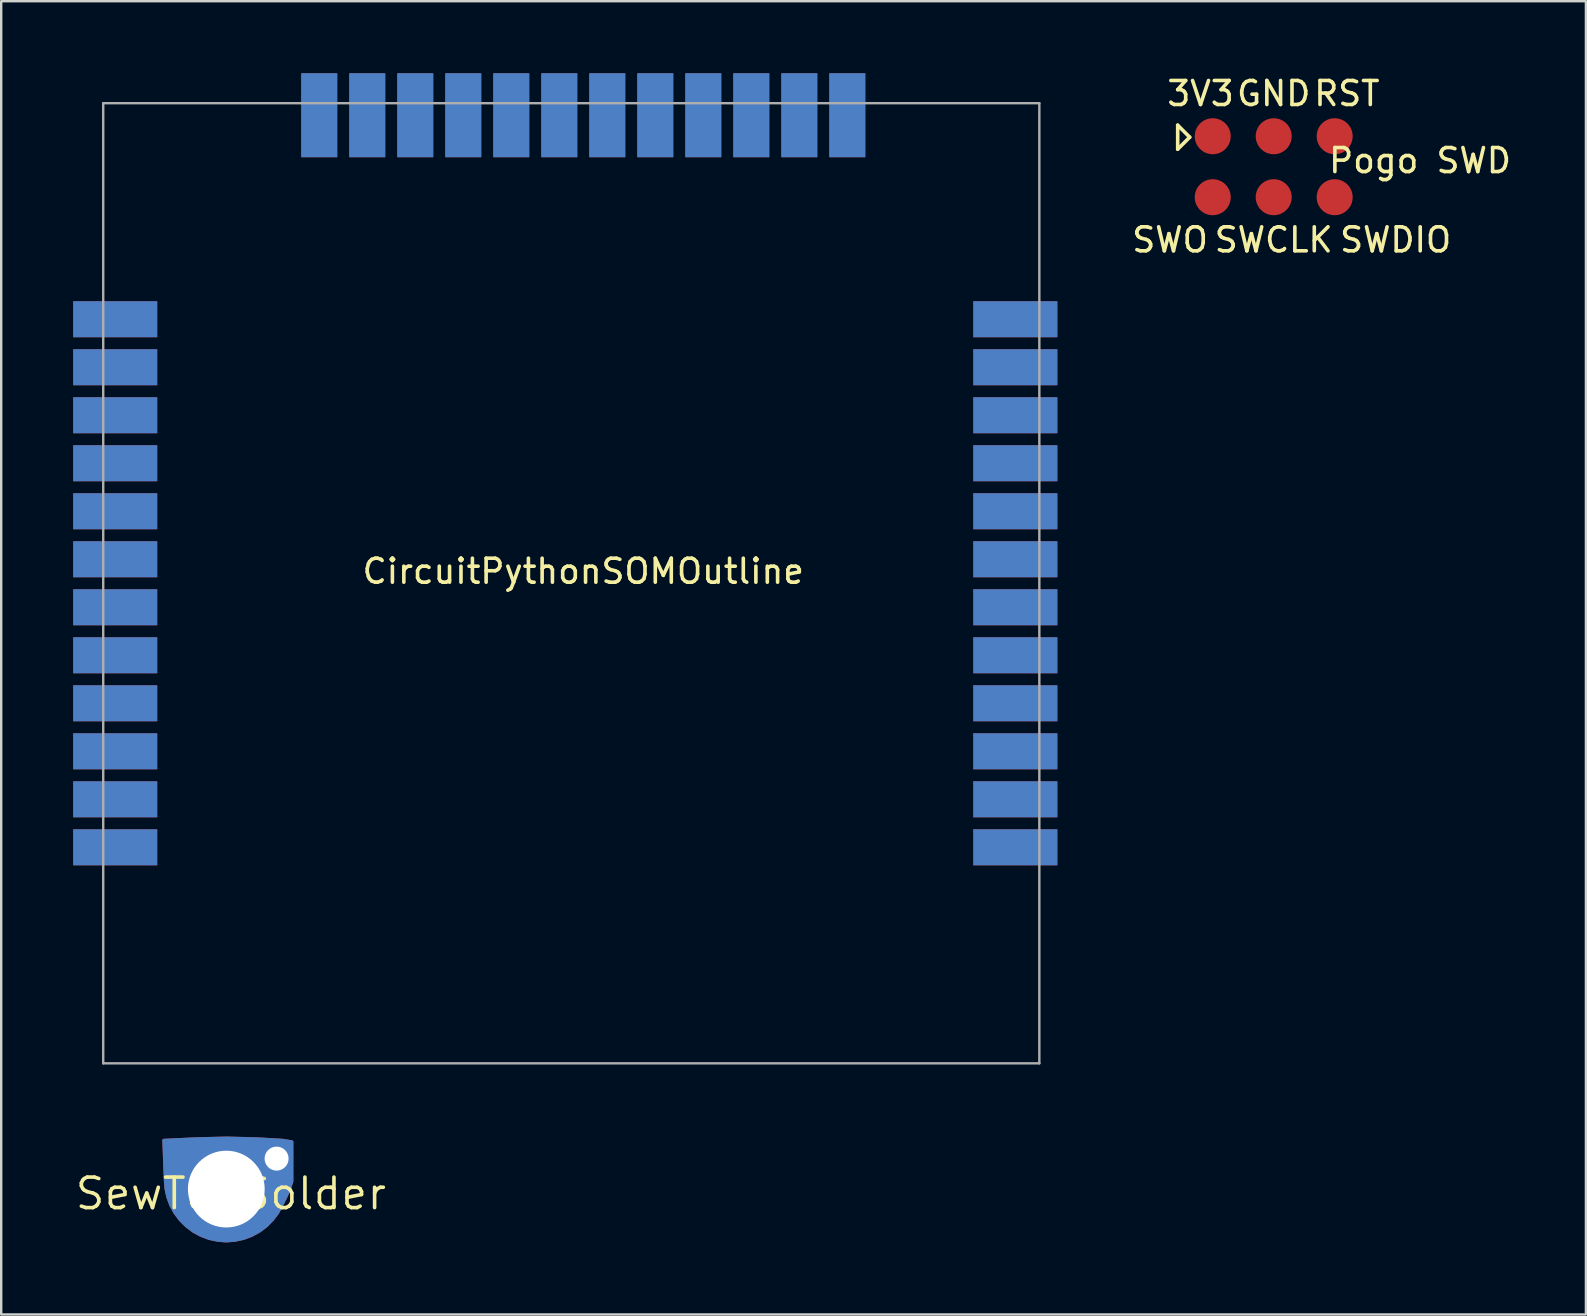
<source format=kicad_pcb>
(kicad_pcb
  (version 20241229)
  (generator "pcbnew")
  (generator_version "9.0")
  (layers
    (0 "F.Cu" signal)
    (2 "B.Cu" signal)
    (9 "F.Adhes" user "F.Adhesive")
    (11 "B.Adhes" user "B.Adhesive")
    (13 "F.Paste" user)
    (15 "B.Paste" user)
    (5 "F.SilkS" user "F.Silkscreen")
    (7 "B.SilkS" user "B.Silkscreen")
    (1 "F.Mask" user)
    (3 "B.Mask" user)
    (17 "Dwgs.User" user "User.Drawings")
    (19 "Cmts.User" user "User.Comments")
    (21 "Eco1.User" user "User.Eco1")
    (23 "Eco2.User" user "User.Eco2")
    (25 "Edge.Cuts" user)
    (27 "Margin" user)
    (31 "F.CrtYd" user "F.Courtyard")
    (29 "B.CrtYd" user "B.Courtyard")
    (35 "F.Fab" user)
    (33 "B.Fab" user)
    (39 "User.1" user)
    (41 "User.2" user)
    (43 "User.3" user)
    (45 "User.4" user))
  (footprint "Pogo SWD"
    (layer "F.Cu")
    (at 50.014 5.166)
    (property "Reference" "Pogo SWD" (at 6.096 -1.524 0) (layer "F.SilkS") (effects (font (size 1 1) (thickness 0.15))))
    (attr through_hole)
    (fp_line (start -4 -3) (end -4 -2) (stroke (width 0.15) (type solid)) (layer "F.SilkS"))
    (fp_line (start -4 -2) (end -3.5 -2.5) (stroke (width 0.15) (type solid)) (layer "F.SilkS"))
    (fp_line (start -3.5 -2.5) (end -4 -3) (stroke (width 0.15) (type solid)) (layer "F.SilkS"))
    (fp_text user "SWCLK" (at 0 1.778 0) (layer "F.SilkS") (effects (font (size 1 1) (thickness 0.15))))
    (fp_text user "GND" (at 0 -4.318 0) (layer "F.SilkS") (effects (font (size 1 1) (thickness 0.15))))
    (fp_text user "RST" (at 3.048 -4.318 0) (layer "F.SilkS") (effects (font (size 1 1) (thickness 0.15))))
    (fp_text user "SWDIO" (at 5.08 1.778 0) (layer "F.SilkS") (effects (font (size 1 1) (thickness 0.15))))
    (fp_text user "SWO" (at -4.318 1.778 0) (layer "F.SilkS") (effects (font (size 1 1) (thickness 0.15))))
    (fp_text user "3V3" (at -3.048 -4.318 0) (layer "F.SilkS") (effects (font (size 1 1) (thickness 0.15))))
    (pad "1" smd circle (at -2.54 -2.54) (size 1.5 1.5) (layers "F.Cu" "F.Mask"))
    (pad "2" smd circle (at 0 -2.54) (size 1.5 1.5) (layers "F.Cu" "F.Mask"))
    (pad "3" smd circle (at 2.54 -2.54) (size 1.5 1.5) (layers "F.Cu" "F.Mask"))
    (pad "4" smd circle (at -2.54 0) (size 1.5 1.5) (layers "F.Cu" "F.Mask"))
    (pad "5" smd circle (at 0 0) (size 1.5 1.5) (layers "F.Cu" "F.Mask"))
    (pad "6" smd circle (at 2.54 0) (size 1.5 1.5) (layers "F.Cu" "F.Mask")))
  (footprint "CircuitPythonSOMOutline"
    (layer "F.Cu")
    (at 21.25 21.25)
    (property "Reference" "CircuitPythonSOMOutline" (at 0 -0.5 0) (layer "F.SilkS") (effects (font (size 1 1) (thickness 0.15))))
    (attr through_hole)
    (fp_line (start -20 -20) (end 19 -20) (stroke (width 0.1) (type solid)) (layer "F.Fab"))
    (fp_line (start -20 20) (end -20 -20) (stroke (width 0.1) (type solid)) (layer "F.Fab"))
    (fp_line (start 19 -20) (end 19 20) (stroke (width 0.1) (type solid)) (layer "F.Fab"))
    (fp_line (start 19 20) (end -20 20) (stroke (width 0.1) (type solid)) (layer "F.Fab"))
    (pad "1" smd rect (at -19.5 -11) (size 3.5 1.5) (layers "F.Cu" "F.Mask"))
    (pad "1" smd rect (at -19.5 -11) (size 3.5 1.5) (layers "B.Cu" "B.Mask"))
    (pad "2" smd rect (at -19.5 -9) (size 3.5 1.5) (layers "F.Cu" "F.Mask"))
    (pad "2" smd rect (at -19.5 -9) (size 3.5 1.5) (layers "B.Cu" "B.Mask"))
    (pad "3" smd rect (at -19.5 -7) (size 3.5 1.5) (layers "F.Cu" "F.Mask"))
    (pad "3" smd rect (at -19.5 -7) (size 3.5 1.5) (layers "B.Cu" "B.Mask"))
    (pad "4" smd rect (at -19.5 -5) (size 3.5 1.5) (layers "F.Cu" "F.Mask"))
    (pad "4" smd rect (at -19.5 -5) (size 3.5 1.5) (layers "B.Cu" "B.Mask"))
    (pad "5" smd rect (at -19.5 -3) (size 3.5 1.5) (layers "F.Cu" "F.Mask"))
    (pad "5" smd rect (at -19.5 -3) (size 3.5 1.5) (layers "B.Cu" "B.Mask"))
    (pad "6" smd rect (at -19.5 -1) (size 3.5 1.5) (layers "F.Cu" "F.Mask"))
    (pad "6" smd rect (at -19.5 -1) (size 3.5 1.5) (layers "B.Cu" "B.Mask"))
    (pad "7" smd rect (at -19.5 1) (size 3.5 1.5) (layers "F.Cu" "F.Mask"))
    (pad "7" smd rect (at -19.5 1) (size 3.5 1.5) (layers "B.Cu" "B.Mask"))
    (pad "8" smd rect (at -19.5 3) (size 3.5 1.5) (layers "F.Cu" "F.Mask"))
    (pad "8" smd rect (at -19.5 3) (size 3.5 1.5) (layers "B.Cu" "B.Mask"))
    (pad "9" smd rect (at -19.5 5) (size 3.5 1.5) (layers "F.Cu" "F.Mask"))
    (pad "9" smd rect (at -19.5 5) (size 3.5 1.5) (layers "B.Cu" "B.Mask"))
    (pad "10" smd rect (at -19.5 7) (size 3.5 1.5) (layers "F.Cu" "F.Mask"))
    (pad "10" smd rect (at -19.5 7) (size 3.5 1.5) (layers "B.Cu" "B.Mask"))
    (pad "11" smd rect (at -19.5 9) (size 3.5 1.5) (layers "F.Cu" "F.Mask"))
    (pad "11" smd rect (at -19.5 9) (size 3.5 1.5) (layers "B.Cu" "B.Mask"))
    (pad "12" smd rect (at -19.5 11) (size 3.5 1.5) (layers "F.Cu" "F.Mask"))
    (pad "12" smd rect (at -19.5 11) (size 3.5 1.5) (layers "B.Cu" "B.Mask"))
    (pad "13" smd rect (at 18 11) (size 3.5 1.5) (layers "F.Cu" "F.Mask"))
    (pad "13" smd rect (at 18 11) (size 3.5 1.5) (layers "B.Cu" "B.Mask"))
    (pad "14" smd rect (at 18 9) (size 3.5 1.5) (layers "F.Cu" "F.Mask"))
    (pad "14" smd rect (at 18 9) (size 3.5 1.5) (layers "B.Cu" "B.Mask"))
    (pad "15" smd rect (at 18 7) (size 3.5 1.5) (layers "F.Cu" "F.Mask"))
    (pad "15" smd rect (at 18 7) (size 3.5 1.5) (layers "B.Cu" "B.Mask"))
    (pad "16" smd rect (at 18 5) (size 3.5 1.5) (layers "F.Cu" "F.Mask"))
    (pad "16" smd rect (at 18 5) (size 3.5 1.5) (layers "B.Cu" "B.Mask"))
    (pad "17" smd rect (at 18 3) (size 3.5 1.5) (layers "F.Cu" "F.Mask"))
    (pad "17" smd rect (at 18 3) (size 3.5 1.5) (layers "B.Cu" "B.Mask"))
    (pad "18" smd rect (at 18 1) (size 3.5 1.5) (layers "F.Cu" "F.Mask"))
    (pad "18" smd rect (at 18 1) (size 3.5 1.5) (layers "B.Cu" "B.Mask"))
    (pad "19" smd rect (at 18 -1) (size 3.5 1.5) (layers "F.Cu" "F.Mask"))
    (pad "19" smd rect (at 18 -1) (size 3.5 1.5) (layers "B.Cu" "B.Mask"))
    (pad "20" smd rect (at 18 -3) (size 3.5 1.5) (layers "F.Cu" "F.Mask"))
    (pad "20" smd rect (at 18 -3) (size 3.5 1.5) (layers "B.Cu" "B.Mask"))
    (pad "21" smd rect (at 18 -5) (size 3.5 1.5) (layers "F.Cu" "F.Mask"))
    (pad "21" smd rect (at 18 -5) (size 3.5 1.5) (layers "B.Cu" "B.Mask"))
    (pad "22" smd rect (at 18 -7) (size 3.5 1.5) (layers "F.Cu" "F.Mask"))
    (pad "22" smd rect (at 18 -7) (size 3.5 1.5) (layers "B.Cu" "B.Mask"))
    (pad "23" smd rect (at 18 -9) (size 3.5 1.5) (layers "F.Cu" "F.Mask"))
    (pad "23" smd rect (at 18 -9) (size 3.5 1.5) (layers "B.Cu" "B.Mask"))
    (pad "24" smd rect (at 18 -11) (size 3.5 1.5) (layers "F.Cu" "F.Mask"))
    (pad "24" smd rect (at 18 -11) (size 3.5 1.5) (layers "B.Cu" "B.Mask"))
    (pad "25" smd rect (at 11 -19.5 270) (size 3.5 1.5) (layers "F.Cu" "F.Mask"))
    (pad "25" smd rect (at 11 -19.5 270) (size 3.5 1.5) (layers "B.Cu" "B.Mask"))
    (pad "26" smd rect (at 9 -19.5 270) (size 3.5 1.5) (layers "F.Cu" "F.Mask"))
    (pad "26" smd rect (at 9 -19.5 270) (size 3.5 1.5) (layers "B.Cu" "B.Mask"))
    (pad "27" smd rect (at 7 -19.5 270) (size 3.5 1.5) (layers "F.Cu" "F.Mask"))
    (pad "27" smd rect (at 7 -19.5 270) (size 3.5 1.5) (layers "B.Cu" "B.Mask"))
    (pad "28" smd rect (at 5 -19.5 270) (size 3.5 1.5) (layers "F.Cu" "F.Mask"))
    (pad "28" smd rect (at 5 -19.5 270) (size 3.5 1.5) (layers "B.Cu" "B.Mask"))
    (pad "29" smd rect (at 3 -19.5 270) (size 3.5 1.5) (layers "F.Cu" "F.Mask"))
    (pad "29" smd rect (at 3 -19.5 270) (size 3.5 1.5) (layers "B.Cu" "B.Mask"))
    (pad "30" smd rect (at 1 -19.5 270) (size 3.5 1.5) (layers "F.Cu" "F.Mask"))
    (pad "30" smd rect (at 1 -19.5 270) (size 3.5 1.5) (layers "B.Cu" "B.Mask"))
    (pad "31" smd rect (at -1 -19.5 270) (size 3.5 1.5) (layers "F.Cu" "F.Mask"))
    (pad "31" smd rect (at -1 -19.5 270) (size 3.5 1.5) (layers "B.Cu" "B.Mask"))
    (pad "32" smd rect (at -3 -19.5 270) (size 3.5 1.5) (layers "F.Cu" "F.Mask"))
    (pad "32" smd rect (at -3 -19.5 270) (size 3.5 1.5) (layers "B.Cu" "B.Mask"))
    (pad "33" smd rect (at -5 -19.5 270) (size 3.5 1.5) (layers "F.Cu" "F.Mask"))
    (pad "33" smd rect (at -5 -19.5 270) (size 3.5 1.5) (layers "B.Cu" "B.Mask"))
    (pad "34" smd rect (at -7 -19.5 270) (size 3.5 1.5) (layers "F.Cu" "F.Mask"))
    (pad "34" smd rect (at -7 -19.5 270) (size 3.5 1.5) (layers "B.Cu" "B.Mask"))
    (pad "35" smd rect (at -9 -19.5 270) (size 3.5 1.5) (layers "F.Cu" "F.Mask"))
    (pad "35" smd rect (at -9 -19.5 270) (size 3.5 1.5) (layers "B.Cu" "B.Mask"))
    (pad "36" smd rect (at -11 -19.5 270) (size 3.5 1.5) (layers "F.Cu" "F.Mask"))
    (pad "36" smd rect (at -11 -19.5 270) (size 3.5 1.5) (layers "B.Cu" "B.Mask")))
  (footprint "SewTapSolder"
    (layer "F.Cu")
    (at 6.378 46.997)
    (property "Reference" "SewTapSolder" (at 0.191 -0.318 0) (layer "F.SilkS") (effects (font (size 1.27 1.27) (thickness 0.15))))
    (attr exclude_from_pos_files exclude_from_bom)
    (fp_poly (pts (xy 2.349 -2.54) (xy 1.273 -2.603) (xy 0 -2.634) (xy -1.27 -2.603) (xy -2.603 -2.54) (xy -2.54 -0.889) (xy -2.512 -0.526) (xy -2.436 -0.173) (xy -2.309 0.165) (xy -2.136 0.483) (xy -1.918 0.772) (xy -1.661 1.029) (xy -1.372 1.247) (xy -1.054 1.42) (xy -0.714 1.547) (xy -0.361 1.623) (xy 0 1.651) (xy 0.361 1.623) (xy 0.714 1.547) (xy 1.054 1.42) (xy 1.372 1.247) (xy 1.661 1.029) (xy 1.918 0.772) (xy 2.136 0.483) (xy 2.309 0.165) (xy 2.477 -0.173) (xy 2.603 -0.445) (xy 2.731 -0.826) (xy 2.731 -2.477)) (stroke (width 0.127) (type solid)) (fill yes) (layer "F.Cu"))
    (fp_poly (pts (xy 2.349 -2.54) (xy 1.273 -2.603) (xy 0 -2.634) (xy -1.27 -2.603) (xy -2.603 -2.54) (xy -2.54 -0.889) (xy -2.512 -0.526) (xy -2.436 -0.173) (xy -2.309 0.165) (xy -2.136 0.483) (xy -1.918 0.772) (xy -1.661 1.029) (xy -1.372 1.247) (xy -1.054 1.42) (xy -0.714 1.547) (xy -0.361 1.623) (xy 0 1.651) (xy 0.361 1.623) (xy 0.714 1.547) (xy 1.054 1.42) (xy 1.372 1.247) (xy 1.661 1.029) (xy 1.918 0.772) (xy 2.136 0.483) (xy 2.309 0.165) (xy 2.477 -0.173) (xy 2.603 -0.445) (xy 2.731 -0.826) (xy 2.731 -2.477)) (stroke (width 0.127) (type solid)) (fill yes) (layer "F.Mask"))
    (fp_poly (pts (xy 2.349 -2.54) (xy 1.273 -2.603) (xy 0 -2.634) (xy -1.27 -2.603) (xy -2.603 -2.54) (xy -2.54 -0.889) (xy -2.512 -0.526) (xy -2.436 -0.173) (xy -2.309 0.165) (xy -2.136 0.483) (xy -1.918 0.772) (xy -1.661 1.029) (xy -1.372 1.247) (xy -1.054 1.42) (xy -0.714 1.547) (xy -0.361 1.623) (xy 0 1.651) (xy 0.361 1.623) (xy 0.714 1.547) (xy 1.054 1.42) (xy 1.372 1.247) (xy 1.661 1.029) (xy 1.918 0.772) (xy 2.136 0.483) (xy 2.309 0.165) (xy 2.477 -0.173) (xy 2.603 -0.445) (xy 2.731 -0.826) (xy 2.731 -2.477)) (stroke (width 0.127) (type solid)) (fill yes) (layer "B.Cu"))
    (fp_poly (pts (xy 2.349 -2.54) (xy 1.273 -2.603) (xy 0 -2.634) (xy -1.27 -2.603) (xy -2.603 -2.54) (xy -2.54 -0.889) (xy -2.512 -0.526) (xy -2.436 -0.173) (xy -2.309 0.165) (xy -2.136 0.483) (xy -1.918 0.772) (xy -1.661 1.029) (xy -1.372 1.247) (xy -1.054 1.42) (xy -0.714 1.547) (xy -0.361 1.623) (xy 0 1.651) (xy 0.361 1.623) (xy 0.714 1.547) (xy 1.054 1.42) (xy 1.372 1.247) (xy 1.661 1.029) (xy 1.918 0.772) (xy 2.136 0.483) (xy 2.309 0.165) (xy 2.477 -0.173) (xy 2.603 -0.445) (xy 2.731 -0.826) (xy 2.731 -2.477)) (stroke (width 0.127) (type solid)) (fill yes) (layer "B.Mask"))
    (pad "1" thru_hole circle (at 0 -0.508) (size 4.214 4.214) (drill 3.198) (layers "*.Cu" "*.Mask"))
    (pad "1" thru_hole circle (at 2.095 -1.778) (size 1.25 1.25) (drill 1) (layers "*.Cu" "*.Mask")))
  (gr_rect
    (start -3 -3)
    (end 63.021 51.712)
    (stroke (width 0.1) (type default))
    (fill no)
    (layer "Edge.Cuts")))
</source>
